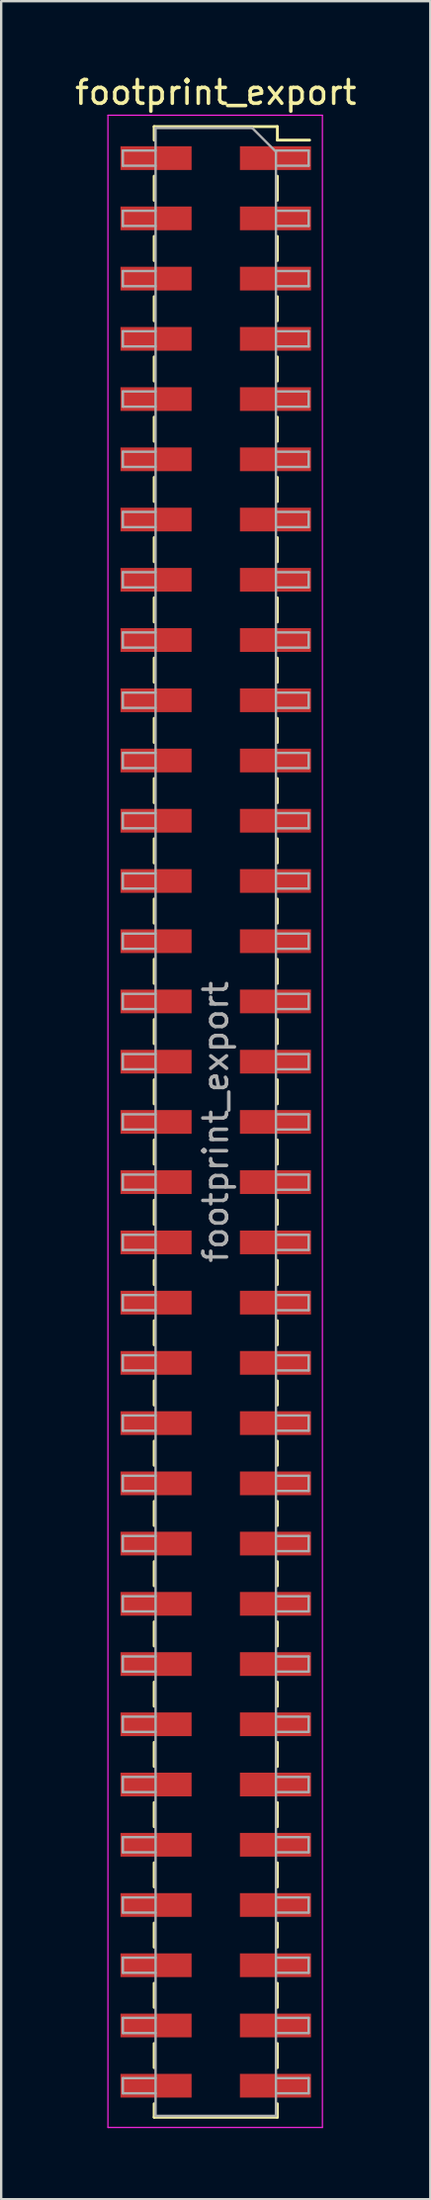
<source format=kicad_pcb>
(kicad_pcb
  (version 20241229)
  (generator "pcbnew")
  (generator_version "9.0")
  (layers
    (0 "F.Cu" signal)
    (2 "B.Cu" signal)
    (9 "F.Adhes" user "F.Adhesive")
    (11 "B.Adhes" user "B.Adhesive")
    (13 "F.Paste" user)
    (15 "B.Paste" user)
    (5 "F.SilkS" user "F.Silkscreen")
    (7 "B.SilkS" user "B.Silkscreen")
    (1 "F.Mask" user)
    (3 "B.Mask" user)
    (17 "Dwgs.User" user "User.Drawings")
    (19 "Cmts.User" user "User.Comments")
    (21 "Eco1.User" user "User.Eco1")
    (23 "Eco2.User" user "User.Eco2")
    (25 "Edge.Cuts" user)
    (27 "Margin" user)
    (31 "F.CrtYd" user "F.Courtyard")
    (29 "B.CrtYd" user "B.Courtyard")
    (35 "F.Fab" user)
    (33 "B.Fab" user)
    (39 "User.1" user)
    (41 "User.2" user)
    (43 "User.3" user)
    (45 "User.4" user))
  (footprint "footprint_export"
    (layer "F.Cu")
    (at 6.054 44.258)
    (property "Reference" "footprint_export" (at 0 -43.41 0) (layer "F.SilkS") (effects (font (size 1 1) (thickness 0.15))))
    (attr smd)
    (fp_line (start -2.6 -41.97) (end -2.6 -41.4) (stroke (width 0.12) (type solid)) (layer "F.SilkS"))
    (fp_line (start -2.6 -41.97) (end 2.6 -41.97) (stroke (width 0.12) (type solid)) (layer "F.SilkS"))
    (fp_line (start -2.6 -39.88) (end -2.6 -38.86) (stroke (width 0.12) (type solid)) (layer "F.SilkS"))
    (fp_line (start -2.6 -37.34) (end -2.6 -36.32) (stroke (width 0.12) (type solid)) (layer "F.SilkS"))
    (fp_line (start -2.6 -34.8) (end -2.6 -33.78) (stroke (width 0.12) (type solid)) (layer "F.SilkS"))
    (fp_line (start -2.6 -32.26) (end -2.6 -31.24) (stroke (width 0.12) (type solid)) (layer "F.SilkS"))
    (fp_line (start -2.6 -29.72) (end -2.6 -28.7) (stroke (width 0.12) (type solid)) (layer "F.SilkS"))
    (fp_line (start -2.6 -27.18) (end -2.6 -26.16) (stroke (width 0.12) (type solid)) (layer "F.SilkS"))
    (fp_line (start -2.6 -24.64) (end -2.6 -23.62) (stroke (width 0.12) (type solid)) (layer "F.SilkS"))
    (fp_line (start -2.6 -22.1) (end -2.6 -21.08) (stroke (width 0.12) (type solid)) (layer "F.SilkS"))
    (fp_line (start -2.6 -19.56) (end -2.6 -18.54) (stroke (width 0.12) (type solid)) (layer "F.SilkS"))
    (fp_line (start -2.6 -17.02) (end -2.6 -16) (stroke (width 0.12) (type solid)) (layer "F.SilkS"))
    (fp_line (start -2.6 -14.48) (end -2.6 -13.46) (stroke (width 0.12) (type solid)) (layer "F.SilkS"))
    (fp_line (start -2.6 -11.94) (end -2.6 -10.92) (stroke (width 0.12) (type solid)) (layer "F.SilkS"))
    (fp_line (start -2.6 -9.4) (end -2.6 -8.38) (stroke (width 0.12) (type solid)) (layer "F.SilkS"))
    (fp_line (start -2.6 -6.86) (end -2.6 -5.84) (stroke (width 0.12) (type solid)) (layer "F.SilkS"))
    (fp_line (start -2.6 -4.32) (end -2.6 -3.3) (stroke (width 0.12) (type solid)) (layer "F.SilkS"))
    (fp_line (start -2.6 -1.78) (end -2.6 -0.76) (stroke (width 0.12) (type solid)) (layer "F.SilkS"))
    (fp_line (start -2.6 0.76) (end -2.6 1.78) (stroke (width 0.12) (type solid)) (layer "F.SilkS"))
    (fp_line (start -2.6 3.3) (end -2.6 4.32) (stroke (width 0.12) (type solid)) (layer "F.SilkS"))
    (fp_line (start -2.6 5.84) (end -2.6 6.86) (stroke (width 0.12) (type solid)) (layer "F.SilkS"))
    (fp_line (start -2.6 8.38) (end -2.6 9.4) (stroke (width 0.12) (type solid)) (layer "F.SilkS"))
    (fp_line (start -2.6 10.92) (end -2.6 11.94) (stroke (width 0.12) (type solid)) (layer "F.SilkS"))
    (fp_line (start -2.6 13.46) (end -2.6 14.48) (stroke (width 0.12) (type solid)) (layer "F.SilkS"))
    (fp_line (start -2.6 16) (end -2.6 17.02) (stroke (width 0.12) (type solid)) (layer "F.SilkS"))
    (fp_line (start -2.6 18.54) (end -2.6 19.56) (stroke (width 0.12) (type solid)) (layer "F.SilkS"))
    (fp_line (start -2.6 21.08) (end -2.6 22.1) (stroke (width 0.12) (type solid)) (layer "F.SilkS"))
    (fp_line (start -2.6 23.62) (end -2.6 24.64) (stroke (width 0.12) (type solid)) (layer "F.SilkS"))
    (fp_line (start -2.6 26.16) (end -2.6 27.18) (stroke (width 0.12) (type solid)) (layer "F.SilkS"))
    (fp_line (start -2.6 28.7) (end -2.6 29.72) (stroke (width 0.12) (type solid)) (layer "F.SilkS"))
    (fp_line (start -2.6 31.24) (end -2.6 32.26) (stroke (width 0.12) (type solid)) (layer "F.SilkS"))
    (fp_line (start -2.6 33.78) (end -2.6 34.8) (stroke (width 0.12) (type solid)) (layer "F.SilkS"))
    (fp_line (start -2.6 36.32) (end -2.6 37.34) (stroke (width 0.12) (type solid)) (layer "F.SilkS"))
    (fp_line (start -2.6 38.86) (end -2.6 39.88) (stroke (width 0.12) (type solid)) (layer "F.SilkS"))
    (fp_line (start -2.6 41.4) (end -2.6 41.97) (stroke (width 0.12) (type solid)) (layer "F.SilkS"))
    (fp_line (start -2.6 41.97) (end 2.6 41.97) (stroke (width 0.12) (type solid)) (layer "F.SilkS"))
    (fp_line (start 2.6 -41.97) (end 2.6 -41.4) (stroke (width 0.12) (type solid)) (layer "F.SilkS"))
    (fp_line (start 2.6 -41.4) (end 3.96 -41.4) (stroke (width 0.12) (type solid)) (layer "F.SilkS"))
    (fp_line (start 2.6 -39.88) (end 2.6 -38.86) (stroke (width 0.12) (type solid)) (layer "F.SilkS"))
    (fp_line (start 2.6 -37.34) (end 2.6 -36.32) (stroke (width 0.12) (type solid)) (layer "F.SilkS"))
    (fp_line (start 2.6 -34.8) (end 2.6 -33.78) (stroke (width 0.12) (type solid)) (layer "F.SilkS"))
    (fp_line (start 2.6 -32.26) (end 2.6 -31.24) (stroke (width 0.12) (type solid)) (layer "F.SilkS"))
    (fp_line (start 2.6 -29.72) (end 2.6 -28.7) (stroke (width 0.12) (type solid)) (layer "F.SilkS"))
    (fp_line (start 2.6 -27.18) (end 2.6 -26.16) (stroke (width 0.12) (type solid)) (layer "F.SilkS"))
    (fp_line (start 2.6 -24.64) (end 2.6 -23.62) (stroke (width 0.12) (type solid)) (layer "F.SilkS"))
    (fp_line (start 2.6 -22.1) (end 2.6 -21.08) (stroke (width 0.12) (type solid)) (layer "F.SilkS"))
    (fp_line (start 2.6 -19.56) (end 2.6 -18.54) (stroke (width 0.12) (type solid)) (layer "F.SilkS"))
    (fp_line (start 2.6 -17.02) (end 2.6 -16) (stroke (width 0.12) (type solid)) (layer "F.SilkS"))
    (fp_line (start 2.6 -14.48) (end 2.6 -13.46) (stroke (width 0.12) (type solid)) (layer "F.SilkS"))
    (fp_line (start 2.6 -11.94) (end 2.6 -10.92) (stroke (width 0.12) (type solid)) (layer "F.SilkS"))
    (fp_line (start 2.6 -9.4) (end 2.6 -8.38) (stroke (width 0.12) (type solid)) (layer "F.SilkS"))
    (fp_line (start 2.6 -6.86) (end 2.6 -5.84) (stroke (width 0.12) (type solid)) (layer "F.SilkS"))
    (fp_line (start 2.6 -4.32) (end 2.6 -3.3) (stroke (width 0.12) (type solid)) (layer "F.SilkS"))
    (fp_line (start 2.6 -1.78) (end 2.6 -0.76) (stroke (width 0.12) (type solid)) (layer "F.SilkS"))
    (fp_line (start 2.6 0.76) (end 2.6 1.78) (stroke (width 0.12) (type solid)) (layer "F.SilkS"))
    (fp_line (start 2.6 3.3) (end 2.6 4.32) (stroke (width 0.12) (type solid)) (layer "F.SilkS"))
    (fp_line (start 2.6 5.84) (end 2.6 6.86) (stroke (width 0.12) (type solid)) (layer "F.SilkS"))
    (fp_line (start 2.6 8.38) (end 2.6 9.4) (stroke (width 0.12) (type solid)) (layer "F.SilkS"))
    (fp_line (start 2.6 10.92) (end 2.6 11.94) (stroke (width 0.12) (type solid)) (layer "F.SilkS"))
    (fp_line (start 2.6 13.46) (end 2.6 14.48) (stroke (width 0.12) (type solid)) (layer "F.SilkS"))
    (fp_line (start 2.6 16) (end 2.6 17.02) (stroke (width 0.12) (type solid)) (layer "F.SilkS"))
    (fp_line (start 2.6 18.54) (end 2.6 19.56) (stroke (width 0.12) (type solid)) (layer "F.SilkS"))
    (fp_line (start 2.6 21.08) (end 2.6 22.1) (stroke (width 0.12) (type solid)) (layer "F.SilkS"))
    (fp_line (start 2.6 23.62) (end 2.6 24.64) (stroke (width 0.12) (type solid)) (layer "F.SilkS"))
    (fp_line (start 2.6 26.16) (end 2.6 27.18) (stroke (width 0.12) (type solid)) (layer "F.SilkS"))
    (fp_line (start 2.6 28.7) (end 2.6 29.72) (stroke (width 0.12) (type solid)) (layer "F.SilkS"))
    (fp_line (start 2.6 31.24) (end 2.6 32.26) (stroke (width 0.12) (type solid)) (layer "F.SilkS"))
    (fp_line (start 2.6 33.78) (end 2.6 34.8) (stroke (width 0.12) (type solid)) (layer "F.SilkS"))
    (fp_line (start 2.6 36.32) (end 2.6 37.34) (stroke (width 0.12) (type solid)) (layer "F.SilkS"))
    (fp_line (start 2.6 38.86) (end 2.6 39.88) (stroke (width 0.12) (type solid)) (layer "F.SilkS"))
    (fp_line (start 2.6 41.4) (end 2.6 41.97) (stroke (width 0.12) (type solid)) (layer "F.SilkS"))
    (fp_line (start -4.55 -42.45) (end 4.5 -42.45) (stroke (width 0.05) (type solid)) (layer "F.CrtYd"))
    (fp_line (start -4.55 42.4) (end -4.55 -42.45) (stroke (width 0.05) (type solid)) (layer "F.CrtYd"))
    (fp_line (start 4.5 -42.45) (end 4.5 42.4) (stroke (width 0.05) (type solid)) (layer "F.CrtYd"))
    (fp_line (start 4.5 42.4) (end -4.55 42.4) (stroke (width 0.05) (type solid)) (layer "F.CrtYd"))
    (fp_line (start -3.92 -40.96) (end -2.54 -40.96) (stroke (width 0.1) (type solid)) (layer "F.Fab"))
    (fp_line (start -3.92 -40.32) (end -3.92 -40.96) (stroke (width 0.1) (type solid)) (layer "F.Fab"))
    (fp_line (start -3.92 -38.42) (end -2.54 -38.42) (stroke (width 0.1) (type solid)) (layer "F.Fab"))
    (fp_line (start -3.92 -37.78) (end -3.92 -38.42) (stroke (width 0.1) (type solid)) (layer "F.Fab"))
    (fp_line (start -3.92 -35.88) (end -2.54 -35.88) (stroke (width 0.1) (type solid)) (layer "F.Fab"))
    (fp_line (start -3.92 -35.24) (end -3.92 -35.88) (stroke (width 0.1) (type solid)) (layer "F.Fab"))
    (fp_line (start -3.92 -33.34) (end -2.54 -33.34) (stroke (width 0.1) (type solid)) (layer "F.Fab"))
    (fp_line (start -3.92 -32.7) (end -3.92 -33.34) (stroke (width 0.1) (type solid)) (layer "F.Fab"))
    (fp_line (start -3.92 -30.8) (end -2.54 -30.8) (stroke (width 0.1) (type solid)) (layer "F.Fab"))
    (fp_line (start -3.92 -30.16) (end -3.92 -30.8) (stroke (width 0.1) (type solid)) (layer "F.Fab"))
    (fp_line (start -3.92 -28.26) (end -2.54 -28.26) (stroke (width 0.1) (type solid)) (layer "F.Fab"))
    (fp_line (start -3.92 -27.62) (end -3.92 -28.26) (stroke (width 0.1) (type solid)) (layer "F.Fab"))
    (fp_line (start -3.92 -25.72) (end -2.54 -25.72) (stroke (width 0.1) (type solid)) (layer "F.Fab"))
    (fp_line (start -3.92 -25.08) (end -3.92 -25.72) (stroke (width 0.1) (type solid)) (layer "F.Fab"))
    (fp_line (start -3.92 -23.18) (end -2.54 -23.18) (stroke (width 0.1) (type solid)) (layer "F.Fab"))
    (fp_line (start -3.92 -22.54) (end -3.92 -23.18) (stroke (width 0.1) (type solid)) (layer "F.Fab"))
    (fp_line (start -3.92 -20.64) (end -2.54 -20.64) (stroke (width 0.1) (type solid)) (layer "F.Fab"))
    (fp_line (start -3.92 -20) (end -3.92 -20.64) (stroke (width 0.1) (type solid)) (layer "F.Fab"))
    (fp_line (start -3.92 -18.1) (end -2.54 -18.1) (stroke (width 0.1) (type solid)) (layer "F.Fab"))
    (fp_line (start -3.92 -17.46) (end -3.92 -18.1) (stroke (width 0.1) (type solid)) (layer "F.Fab"))
    (fp_line (start -3.92 -15.56) (end -2.54 -15.56) (stroke (width 0.1) (type solid)) (layer "F.Fab"))
    (fp_line (start -3.92 -14.92) (end -3.92 -15.56) (stroke (width 0.1) (type solid)) (layer "F.Fab"))
    (fp_line (start -3.92 -13.02) (end -2.54 -13.02) (stroke (width 0.1) (type solid)) (layer "F.Fab"))
    (fp_line (start -3.92 -12.38) (end -3.92 -13.02) (stroke (width 0.1) (type solid)) (layer "F.Fab"))
    (fp_line (start -3.92 -10.48) (end -2.54 -10.48) (stroke (width 0.1) (type solid)) (layer "F.Fab"))
    (fp_line (start -3.92 -9.84) (end -3.92 -10.48) (stroke (width 0.1) (type solid)) (layer "F.Fab"))
    (fp_line (start -3.92 -7.94) (end -2.54 -7.94) (stroke (width 0.1) (type solid)) (layer "F.Fab"))
    (fp_line (start -3.92 -7.3) (end -3.92 -7.94) (stroke (width 0.1) (type solid)) (layer "F.Fab"))
    (fp_line (start -3.92 -5.4) (end -2.54 -5.4) (stroke (width 0.1) (type solid)) (layer "F.Fab"))
    (fp_line (start -3.92 -4.76) (end -3.92 -5.4) (stroke (width 0.1) (type solid)) (layer "F.Fab"))
    (fp_line (start -3.92 -2.86) (end -2.54 -2.86) (stroke (width 0.1) (type solid)) (layer "F.Fab"))
    (fp_line (start -3.92 -2.22) (end -3.92 -2.86) (stroke (width 0.1) (type solid)) (layer "F.Fab"))
    (fp_line (start -3.92 -0.32) (end -2.54 -0.32) (stroke (width 0.1) (type solid)) (layer "F.Fab"))
    (fp_line (start -3.92 0.32) (end -3.92 -0.32) (stroke (width 0.1) (type solid)) (layer "F.Fab"))
    (fp_line (start -3.92 2.22) (end -2.54 2.22) (stroke (width 0.1) (type solid)) (layer "F.Fab"))
    (fp_line (start -3.92 2.86) (end -3.92 2.22) (stroke (width 0.1) (type solid)) (layer "F.Fab"))
    (fp_line (start -3.92 4.76) (end -2.54 4.76) (stroke (width 0.1) (type solid)) (layer "F.Fab"))
    (fp_line (start -3.92 5.4) (end -3.92 4.76) (stroke (width 0.1) (type solid)) (layer "F.Fab"))
    (fp_line (start -3.92 7.3) (end -2.54 7.3) (stroke (width 0.1) (type solid)) (layer "F.Fab"))
    (fp_line (start -3.92 7.94) (end -3.92 7.3) (stroke (width 0.1) (type solid)) (layer "F.Fab"))
    (fp_line (start -3.92 9.84) (end -2.54 9.84) (stroke (width 0.1) (type solid)) (layer "F.Fab"))
    (fp_line (start -3.92 10.48) (end -3.92 9.84) (stroke (width 0.1) (type solid)) (layer "F.Fab"))
    (fp_line (start -3.92 12.38) (end -2.54 12.38) (stroke (width 0.1) (type solid)) (layer "F.Fab"))
    (fp_line (start -3.92 13.02) (end -3.92 12.38) (stroke (width 0.1) (type solid)) (layer "F.Fab"))
    (fp_line (start -3.92 14.92) (end -2.54 14.92) (stroke (width 0.1) (type solid)) (layer "F.Fab"))
    (fp_line (start -3.92 15.56) (end -3.92 14.92) (stroke (width 0.1) (type solid)) (layer "F.Fab"))
    (fp_line (start -3.92 17.46) (end -2.54 17.46) (stroke (width 0.1) (type solid)) (layer "F.Fab"))
    (fp_line (start -3.92 18.1) (end -3.92 17.46) (stroke (width 0.1) (type solid)) (layer "F.Fab"))
    (fp_line (start -3.92 20) (end -2.54 20) (stroke (width 0.1) (type solid)) (layer "F.Fab"))
    (fp_line (start -3.92 20.64) (end -3.92 20) (stroke (width 0.1) (type solid)) (layer "F.Fab"))
    (fp_line (start -3.92 22.54) (end -2.54 22.54) (stroke (width 0.1) (type solid)) (layer "F.Fab"))
    (fp_line (start -3.92 23.18) (end -3.92 22.54) (stroke (width 0.1) (type solid)) (layer "F.Fab"))
    (fp_line (start -3.92 25.08) (end -2.54 25.08) (stroke (width 0.1) (type solid)) (layer "F.Fab"))
    (fp_line (start -3.92 25.72) (end -3.92 25.08) (stroke (width 0.1) (type solid)) (layer "F.Fab"))
    (fp_line (start -3.92 27.62) (end -2.54 27.62) (stroke (width 0.1) (type solid)) (layer "F.Fab"))
    (fp_line (start -3.92 28.26) (end -3.92 27.62) (stroke (width 0.1) (type solid)) (layer "F.Fab"))
    (fp_line (start -3.92 30.16) (end -2.54 30.16) (stroke (width 0.1) (type solid)) (layer "F.Fab"))
    (fp_line (start -3.92 30.8) (end -3.92 30.16) (stroke (width 0.1) (type solid)) (layer "F.Fab"))
    (fp_line (start -3.92 32.7) (end -2.54 32.7) (stroke (width 0.1) (type solid)) (layer "F.Fab"))
    (fp_line (start -3.92 33.34) (end -3.92 32.7) (stroke (width 0.1) (type solid)) (layer "F.Fab"))
    (fp_line (start -3.92 35.24) (end -2.54 35.24) (stroke (width 0.1) (type solid)) (layer "F.Fab"))
    (fp_line (start -3.92 35.88) (end -3.92 35.24) (stroke (width 0.1) (type solid)) (layer "F.Fab"))
    (fp_line (start -3.92 37.78) (end -2.54 37.78) (stroke (width 0.1) (type solid)) (layer "F.Fab"))
    (fp_line (start -3.92 38.42) (end -3.92 37.78) (stroke (width 0.1) (type solid)) (layer "F.Fab"))
    (fp_line (start -3.92 40.32) (end -2.54 40.32) (stroke (width 0.1) (type solid)) (layer "F.Fab"))
    (fp_line (start -3.92 40.96) (end -3.92 40.32) (stroke (width 0.1) (type solid)) (layer "F.Fab"))
    (fp_line (start -2.54 -41.91) (end 1.54 -41.91) (stroke (width 0.1) (type solid)) (layer "F.Fab"))
    (fp_line (start -2.54 -40.32) (end -3.92 -40.32) (stroke (width 0.1) (type solid)) (layer "F.Fab"))
    (fp_line (start -2.54 -37.78) (end -3.92 -37.78) (stroke (width 0.1) (type solid)) (layer "F.Fab"))
    (fp_line (start -2.54 -35.24) (end -3.92 -35.24) (stroke (width 0.1) (type solid)) (layer "F.Fab"))
    (fp_line (start -2.54 -32.7) (end -3.92 -32.7) (stroke (width 0.1) (type solid)) (layer "F.Fab"))
    (fp_line (start -2.54 -30.16) (end -3.92 -30.16) (stroke (width 0.1) (type solid)) (layer "F.Fab"))
    (fp_line (start -2.54 -27.62) (end -3.92 -27.62) (stroke (width 0.1) (type solid)) (layer "F.Fab"))
    (fp_line (start -2.54 -25.08) (end -3.92 -25.08) (stroke (width 0.1) (type solid)) (layer "F.Fab"))
    (fp_line (start -2.54 -22.54) (end -3.92 -22.54) (stroke (width 0.1) (type solid)) (layer "F.Fab"))
    (fp_line (start -2.54 -20) (end -3.92 -20) (stroke (width 0.1) (type solid)) (layer "F.Fab"))
    (fp_line (start -2.54 -17.46) (end -3.92 -17.46) (stroke (width 0.1) (type solid)) (layer "F.Fab"))
    (fp_line (start -2.54 -14.92) (end -3.92 -14.92) (stroke (width 0.1) (type solid)) (layer "F.Fab"))
    (fp_line (start -2.54 -12.38) (end -3.92 -12.38) (stroke (width 0.1) (type solid)) (layer "F.Fab"))
    (fp_line (start -2.54 -9.84) (end -3.92 -9.84) (stroke (width 0.1) (type solid)) (layer "F.Fab"))
    (fp_line (start -2.54 -7.3) (end -3.92 -7.3) (stroke (width 0.1) (type solid)) (layer "F.Fab"))
    (fp_line (start -2.54 -4.76) (end -3.92 -4.76) (stroke (width 0.1) (type solid)) (layer "F.Fab"))
    (fp_line (start -2.54 -2.22) (end -3.92 -2.22) (stroke (width 0.1) (type solid)) (layer "F.Fab"))
    (fp_line (start -2.54 0.32) (end -3.92 0.32) (stroke (width 0.1) (type solid)) (layer "F.Fab"))
    (fp_line (start -2.54 2.86) (end -3.92 2.86) (stroke (width 0.1) (type solid)) (layer "F.Fab"))
    (fp_line (start -2.54 5.4) (end -3.92 5.4) (stroke (width 0.1) (type solid)) (layer "F.Fab"))
    (fp_line (start -2.54 7.94) (end -3.92 7.94) (stroke (width 0.1) (type solid)) (layer "F.Fab"))
    (fp_line (start -2.54 10.48) (end -3.92 10.48) (stroke (width 0.1) (type solid)) (layer "F.Fab"))
    (fp_line (start -2.54 13.02) (end -3.92 13.02) (stroke (width 0.1) (type solid)) (layer "F.Fab"))
    (fp_line (start -2.54 15.56) (end -3.92 15.56) (stroke (width 0.1) (type solid)) (layer "F.Fab"))
    (fp_line (start -2.54 18.1) (end -3.92 18.1) (stroke (width 0.1) (type solid)) (layer "F.Fab"))
    (fp_line (start -2.54 20.64) (end -3.92 20.64) (stroke (width 0.1) (type solid)) (layer "F.Fab"))
    (fp_line (start -2.54 23.18) (end -3.92 23.18) (stroke (width 0.1) (type solid)) (layer "F.Fab"))
    (fp_line (start -2.54 25.72) (end -3.92 25.72) (stroke (width 0.1) (type solid)) (layer "F.Fab"))
    (fp_line (start -2.54 28.26) (end -3.92 28.26) (stroke (width 0.1) (type solid)) (layer "F.Fab"))
    (fp_line (start -2.54 30.8) (end -3.92 30.8) (stroke (width 0.1) (type solid)) (layer "F.Fab"))
    (fp_line (start -2.54 33.34) (end -3.92 33.34) (stroke (width 0.1) (type solid)) (layer "F.Fab"))
    (fp_line (start -2.54 35.88) (end -3.92 35.88) (stroke (width 0.1) (type solid)) (layer "F.Fab"))
    (fp_line (start -2.54 38.42) (end -3.92 38.42) (stroke (width 0.1) (type solid)) (layer "F.Fab"))
    (fp_line (start -2.54 40.96) (end -3.92 40.96) (stroke (width 0.1) (type solid)) (layer "F.Fab"))
    (fp_line (start -2.54 41.91) (end -2.54 -41.91) (stroke (width 0.1) (type solid)) (layer "F.Fab"))
    (fp_line (start 1.54 -41.91) (end 2.54 -40.91) (stroke (width 0.1) (type solid)) (layer "F.Fab"))
    (fp_line (start 2.54 -40.96) (end 3.92 -40.96) (stroke (width 0.1) (type solid)) (layer "F.Fab"))
    (fp_line (start 2.54 -40.91) (end 2.54 41.91) (stroke (width 0.1) (type solid)) (layer "F.Fab"))
    (fp_line (start 2.54 -38.42) (end 3.92 -38.42) (stroke (width 0.1) (type solid)) (layer "F.Fab"))
    (fp_line (start 2.54 -35.88) (end 3.92 -35.88) (stroke (width 0.1) (type solid)) (layer "F.Fab"))
    (fp_line (start 2.54 -33.34) (end 3.92 -33.34) (stroke (width 0.1) (type solid)) (layer "F.Fab"))
    (fp_line (start 2.54 -30.8) (end 3.92 -30.8) (stroke (width 0.1) (type solid)) (layer "F.Fab"))
    (fp_line (start 2.54 -28.26) (end 3.92 -28.26) (stroke (width 0.1) (type solid)) (layer "F.Fab"))
    (fp_line (start 2.54 -25.72) (end 3.92 -25.72) (stroke (width 0.1) (type solid)) (layer "F.Fab"))
    (fp_line (start 2.54 -23.18) (end 3.92 -23.18) (stroke (width 0.1) (type solid)) (layer "F.Fab"))
    (fp_line (start 2.54 -20.64) (end 3.92 -20.64) (stroke (width 0.1) (type solid)) (layer "F.Fab"))
    (fp_line (start 2.54 -18.1) (end 3.92 -18.1) (stroke (width 0.1) (type solid)) (layer "F.Fab"))
    (fp_line (start 2.54 -15.56) (end 3.92 -15.56) (stroke (width 0.1) (type solid)) (layer "F.Fab"))
    (fp_line (start 2.54 -13.02) (end 3.92 -13.02) (stroke (width 0.1) (type solid)) (layer "F.Fab"))
    (fp_line (start 2.54 -10.48) (end 3.92 -10.48) (stroke (width 0.1) (type solid)) (layer "F.Fab"))
    (fp_line (start 2.54 -7.94) (end 3.92 -7.94) (stroke (width 0.1) (type solid)) (layer "F.Fab"))
    (fp_line (start 2.54 -5.4) (end 3.92 -5.4) (stroke (width 0.1) (type solid)) (layer "F.Fab"))
    (fp_line (start 2.54 -2.86) (end 3.92 -2.86) (stroke (width 0.1) (type solid)) (layer "F.Fab"))
    (fp_line (start 2.54 -0.32) (end 3.92 -0.32) (stroke (width 0.1) (type solid)) (layer "F.Fab"))
    (fp_line (start 2.54 2.22) (end 3.92 2.22) (stroke (width 0.1) (type solid)) (layer "F.Fab"))
    (fp_line (start 2.54 4.76) (end 3.92 4.76) (stroke (width 0.1) (type solid)) (layer "F.Fab"))
    (fp_line (start 2.54 7.3) (end 3.92 7.3) (stroke (width 0.1) (type solid)) (layer "F.Fab"))
    (fp_line (start 2.54 9.84) (end 3.92 9.84) (stroke (width 0.1) (type solid)) (layer "F.Fab"))
    (fp_line (start 2.54 12.38) (end 3.92 12.38) (stroke (width 0.1) (type solid)) (layer "F.Fab"))
    (fp_line (start 2.54 14.92) (end 3.92 14.92) (stroke (width 0.1) (type solid)) (layer "F.Fab"))
    (fp_line (start 2.54 17.46) (end 3.92 17.46) (stroke (width 0.1) (type solid)) (layer "F.Fab"))
    (fp_line (start 2.54 20) (end 3.92 20) (stroke (width 0.1) (type solid)) (layer "F.Fab"))
    (fp_line (start 2.54 22.54) (end 3.92 22.54) (stroke (width 0.1) (type solid)) (layer "F.Fab"))
    (fp_line (start 2.54 25.08) (end 3.92 25.08) (stroke (width 0.1) (type solid)) (layer "F.Fab"))
    (fp_line (start 2.54 27.62) (end 3.92 27.62) (stroke (width 0.1) (type solid)) (layer "F.Fab"))
    (fp_line (start 2.54 30.16) (end 3.92 30.16) (stroke (width 0.1) (type solid)) (layer "F.Fab"))
    (fp_line (start 2.54 32.7) (end 3.92 32.7) (stroke (width 0.1) (type solid)) (layer "F.Fab"))
    (fp_line (start 2.54 35.24) (end 3.92 35.24) (stroke (width 0.1) (type solid)) (layer "F.Fab"))
    (fp_line (start 2.54 37.78) (end 3.92 37.78) (stroke (width 0.1) (type solid)) (layer "F.Fab"))
    (fp_line (start 2.54 40.32) (end 3.92 40.32) (stroke (width 0.1) (type solid)) (layer "F.Fab"))
    (fp_line (start 2.54 41.91) (end -2.54 41.91) (stroke (width 0.1) (type solid)) (layer "F.Fab"))
    (fp_line (start 3.92 -40.96) (end 3.92 -40.32) (stroke (width 0.1) (type solid)) (layer "F.Fab"))
    (fp_line (start 3.92 -40.32) (end 2.54 -40.32) (stroke (width 0.1) (type solid)) (layer "F.Fab"))
    (fp_line (start 3.92 -38.42) (end 3.92 -37.78) (stroke (width 0.1) (type solid)) (layer "F.Fab"))
    (fp_line (start 3.92 -37.78) (end 2.54 -37.78) (stroke (width 0.1) (type solid)) (layer "F.Fab"))
    (fp_line (start 3.92 -35.88) (end 3.92 -35.24) (stroke (width 0.1) (type solid)) (layer "F.Fab"))
    (fp_line (start 3.92 -35.24) (end 2.54 -35.24) (stroke (width 0.1) (type solid)) (layer "F.Fab"))
    (fp_line (start 3.92 -33.34) (end 3.92 -32.7) (stroke (width 0.1) (type solid)) (layer "F.Fab"))
    (fp_line (start 3.92 -32.7) (end 2.54 -32.7) (stroke (width 0.1) (type solid)) (layer "F.Fab"))
    (fp_line (start 3.92 -30.8) (end 3.92 -30.16) (stroke (width 0.1) (type solid)) (layer "F.Fab"))
    (fp_line (start 3.92 -30.16) (end 2.54 -30.16) (stroke (width 0.1) (type solid)) (layer "F.Fab"))
    (fp_line (start 3.92 -28.26) (end 3.92 -27.62) (stroke (width 0.1) (type solid)) (layer "F.Fab"))
    (fp_line (start 3.92 -27.62) (end 2.54 -27.62) (stroke (width 0.1) (type solid)) (layer "F.Fab"))
    (fp_line (start 3.92 -25.72) (end 3.92 -25.08) (stroke (width 0.1) (type solid)) (layer "F.Fab"))
    (fp_line (start 3.92 -25.08) (end 2.54 -25.08) (stroke (width 0.1) (type solid)) (layer "F.Fab"))
    (fp_line (start 3.92 -23.18) (end 3.92 -22.54) (stroke (width 0.1) (type solid)) (layer "F.Fab"))
    (fp_line (start 3.92 -22.54) (end 2.54 -22.54) (stroke (width 0.1) (type solid)) (layer "F.Fab"))
    (fp_line (start 3.92 -20.64) (end 3.92 -20) (stroke (width 0.1) (type solid)) (layer "F.Fab"))
    (fp_line (start 3.92 -20) (end 2.54 -20) (stroke (width 0.1) (type solid)) (layer "F.Fab"))
    (fp_line (start 3.92 -18.1) (end 3.92 -17.46) (stroke (width 0.1) (type solid)) (layer "F.Fab"))
    (fp_line (start 3.92 -17.46) (end 2.54 -17.46) (stroke (width 0.1) (type solid)) (layer "F.Fab"))
    (fp_line (start 3.92 -15.56) (end 3.92 -14.92) (stroke (width 0.1) (type solid)) (layer "F.Fab"))
    (fp_line (start 3.92 -14.92) (end 2.54 -14.92) (stroke (width 0.1) (type solid)) (layer "F.Fab"))
    (fp_line (start 3.92 -13.02) (end 3.92 -12.38) (stroke (width 0.1) (type solid)) (layer "F.Fab"))
    (fp_line (start 3.92 -12.38) (end 2.54 -12.38) (stroke (width 0.1) (type solid)) (layer "F.Fab"))
    (fp_line (start 3.92 -10.48) (end 3.92 -9.84) (stroke (width 0.1) (type solid)) (layer "F.Fab"))
    (fp_line (start 3.92 -9.84) (end 2.54 -9.84) (stroke (width 0.1) (type solid)) (layer "F.Fab"))
    (fp_line (start 3.92 -7.94) (end 3.92 -7.3) (stroke (width 0.1) (type solid)) (layer "F.Fab"))
    (fp_line (start 3.92 -7.3) (end 2.54 -7.3) (stroke (width 0.1) (type solid)) (layer "F.Fab"))
    (fp_line (start 3.92 -5.4) (end 3.92 -4.76) (stroke (width 0.1) (type solid)) (layer "F.Fab"))
    (fp_line (start 3.92 -4.76) (end 2.54 -4.76) (stroke (width 0.1) (type solid)) (layer "F.Fab"))
    (fp_line (start 3.92 -2.86) (end 3.92 -2.22) (stroke (width 0.1) (type solid)) (layer "F.Fab"))
    (fp_line (start 3.92 -2.22) (end 2.54 -2.22) (stroke (width 0.1) (type solid)) (layer "F.Fab"))
    (fp_line (start 3.92 -0.32) (end 3.92 0.32) (stroke (width 0.1) (type solid)) (layer "F.Fab"))
    (fp_line (start 3.92 0.32) (end 2.54 0.32) (stroke (width 0.1) (type solid)) (layer "F.Fab"))
    (fp_line (start 3.92 2.22) (end 3.92 2.86) (stroke (width 0.1) (type solid)) (layer "F.Fab"))
    (fp_line (start 3.92 2.86) (end 2.54 2.86) (stroke (width 0.1) (type solid)) (layer "F.Fab"))
    (fp_line (start 3.92 4.76) (end 3.92 5.4) (stroke (width 0.1) (type solid)) (layer "F.Fab"))
    (fp_line (start 3.92 5.4) (end 2.54 5.4) (stroke (width 0.1) (type solid)) (layer "F.Fab"))
    (fp_line (start 3.92 7.3) (end 3.92 7.94) (stroke (width 0.1) (type solid)) (layer "F.Fab"))
    (fp_line (start 3.92 7.94) (end 2.54 7.94) (stroke (width 0.1) (type solid)) (layer "F.Fab"))
    (fp_line (start 3.92 9.84) (end 3.92 10.48) (stroke (width 0.1) (type solid)) (layer "F.Fab"))
    (fp_line (start 3.92 10.48) (end 2.54 10.48) (stroke (width 0.1) (type solid)) (layer "F.Fab"))
    (fp_line (start 3.92 12.38) (end 3.92 13.02) (stroke (width 0.1) (type solid)) (layer "F.Fab"))
    (fp_line (start 3.92 13.02) (end 2.54 13.02) (stroke (width 0.1) (type solid)) (layer "F.Fab"))
    (fp_line (start 3.92 14.92) (end 3.92 15.56) (stroke (width 0.1) (type solid)) (layer "F.Fab"))
    (fp_line (start 3.92 15.56) (end 2.54 15.56) (stroke (width 0.1) (type solid)) (layer "F.Fab"))
    (fp_line (start 3.92 17.46) (end 3.92 18.1) (stroke (width 0.1) (type solid)) (layer "F.Fab"))
    (fp_line (start 3.92 18.1) (end 2.54 18.1) (stroke (width 0.1) (type solid)) (layer "F.Fab"))
    (fp_line (start 3.92 20) (end 3.92 20.64) (stroke (width 0.1) (type solid)) (layer "F.Fab"))
    (fp_line (start 3.92 20.64) (end 2.54 20.64) (stroke (width 0.1) (type solid)) (layer "F.Fab"))
    (fp_line (start 3.92 22.54) (end 3.92 23.18) (stroke (width 0.1) (type solid)) (layer "F.Fab"))
    (fp_line (start 3.92 23.18) (end 2.54 23.18) (stroke (width 0.1) (type solid)) (layer "F.Fab"))
    (fp_line (start 3.92 25.08) (end 3.92 25.72) (stroke (width 0.1) (type solid)) (layer "F.Fab"))
    (fp_line (start 3.92 25.72) (end 2.54 25.72) (stroke (width 0.1) (type solid)) (layer "F.Fab"))
    (fp_line (start 3.92 27.62) (end 3.92 28.26) (stroke (width 0.1) (type solid)) (layer "F.Fab"))
    (fp_line (start 3.92 28.26) (end 2.54 28.26) (stroke (width 0.1) (type solid)) (layer "F.Fab"))
    (fp_line (start 3.92 30.16) (end 3.92 30.8) (stroke (width 0.1) (type solid)) (layer "F.Fab"))
    (fp_line (start 3.92 30.8) (end 2.54 30.8) (stroke (width 0.1) (type solid)) (layer "F.Fab"))
    (fp_line (start 3.92 32.7) (end 3.92 33.34) (stroke (width 0.1) (type solid)) (layer "F.Fab"))
    (fp_line (start 3.92 33.34) (end 2.54 33.34) (stroke (width 0.1) (type solid)) (layer "F.Fab"))
    (fp_line (start 3.92 35.24) (end 3.92 35.88) (stroke (width 0.1) (type solid)) (layer "F.Fab"))
    (fp_line (start 3.92 35.88) (end 2.54 35.88) (stroke (width 0.1) (type solid)) (layer "F.Fab"))
    (fp_line (start 3.92 37.78) (end 3.92 38.42) (stroke (width 0.1) (type solid)) (layer "F.Fab"))
    (fp_line (start 3.92 38.42) (end 2.54 38.42) (stroke (width 0.1) (type solid)) (layer "F.Fab"))
    (fp_line (start 3.92 40.32) (end 3.92 40.96) (stroke (width 0.1) (type solid)) (layer "F.Fab"))
    (fp_line (start 3.92 40.96) (end 2.54 40.96) (stroke (width 0.1) (type solid)) (layer "F.Fab"))
    (fp_text user "${REFERENCE}" (at 0 0 90) (layer "F.Fab") (effects (font (size 1 1) (thickness 0.15))))
    (pad "1" smd rect (at 2.52 -40.64) (size 3 1) (layers "F.Cu" "F.Mask" "F.Paste"))
    (pad "2" smd rect (at -2.52 -40.64) (size 3 1) (layers "F.Cu" "F.Mask" "F.Paste"))
    (pad "3" smd rect (at 2.52 -38.1) (size 3 1) (layers "F.Cu" "F.Mask" "F.Paste"))
    (pad "4" smd rect (at -2.52 -38.1) (size 3 1) (layers "F.Cu" "F.Mask" "F.Paste"))
    (pad "5" smd rect (at 2.52 -35.56) (size 3 1) (layers "F.Cu" "F.Mask" "F.Paste"))
    (pad "6" smd rect (at -2.52 -35.56) (size 3 1) (layers "F.Cu" "F.Mask" "F.Paste"))
    (pad "7" smd rect (at 2.52 -33.02) (size 3 1) (layers "F.Cu" "F.Mask" "F.Paste"))
    (pad "8" smd rect (at -2.52 -33.02) (size 3 1) (layers "F.Cu" "F.Mask" "F.Paste"))
    (pad "9" smd rect (at 2.52 -30.48) (size 3 1) (layers "F.Cu" "F.Mask" "F.Paste"))
    (pad "10" smd rect (at -2.52 -30.48) (size 3 1) (layers "F.Cu" "F.Mask" "F.Paste"))
    (pad "11" smd rect (at 2.52 -27.94) (size 3 1) (layers "F.Cu" "F.Mask" "F.Paste"))
    (pad "12" smd rect (at -2.52 -27.94) (size 3 1) (layers "F.Cu" "F.Mask" "F.Paste"))
    (pad "13" smd rect (at 2.52 -25.4) (size 3 1) (layers "F.Cu" "F.Mask" "F.Paste"))
    (pad "14" smd rect (at -2.52 -25.4) (size 3 1) (layers "F.Cu" "F.Mask" "F.Paste"))
    (pad "15" smd rect (at 2.52 -22.86) (size 3 1) (layers "F.Cu" "F.Mask" "F.Paste"))
    (pad "16" smd rect (at -2.52 -22.86) (size 3 1) (layers "F.Cu" "F.Mask" "F.Paste"))
    (pad "17" smd rect (at 2.52 -20.32) (size 3 1) (layers "F.Cu" "F.Mask" "F.Paste"))
    (pad "18" smd rect (at -2.52 -20.32) (size 3 1) (layers "F.Cu" "F.Mask" "F.Paste"))
    (pad "19" smd rect (at 2.52 -17.78) (size 3 1) (layers "F.Cu" "F.Mask" "F.Paste"))
    (pad "20" smd rect (at -2.52 -17.78) (size 3 1) (layers "F.Cu" "F.Mask" "F.Paste"))
    (pad "21" smd rect (at 2.52 -15.24) (size 3 1) (layers "F.Cu" "F.Mask" "F.Paste"))
    (pad "22" smd rect (at -2.52 -15.24) (size 3 1) (layers "F.Cu" "F.Mask" "F.Paste"))
    (pad "23" smd rect (at 2.52 -12.7) (size 3 1) (layers "F.Cu" "F.Mask" "F.Paste"))
    (pad "24" smd rect (at -2.52 -12.7) (size 3 1) (layers "F.Cu" "F.Mask" "F.Paste"))
    (pad "25" smd rect (at 2.52 -10.16) (size 3 1) (layers "F.Cu" "F.Mask" "F.Paste"))
    (pad "26" smd rect (at -2.52 -10.16) (size 3 1) (layers "F.Cu" "F.Mask" "F.Paste"))
    (pad "27" smd rect (at 2.52 -7.62) (size 3 1) (layers "F.Cu" "F.Mask" "F.Paste"))
    (pad "28" smd rect (at -2.52 -7.62) (size 3 1) (layers "F.Cu" "F.Mask" "F.Paste"))
    (pad "29" smd rect (at 2.52 -5.08) (size 3 1) (layers "F.Cu" "F.Mask" "F.Paste"))
    (pad "30" smd rect (at -2.52 -5.08) (size 3 1) (layers "F.Cu" "F.Mask" "F.Paste"))
    (pad "31" smd rect (at 2.52 -2.54) (size 3 1) (layers "F.Cu" "F.Mask" "F.Paste"))
    (pad "32" smd rect (at -2.52 -2.54) (size 3 1) (layers "F.Cu" "F.Mask" "F.Paste"))
    (pad "33" smd rect (at 2.52 0) (size 3 1) (layers "F.Cu" "F.Mask" "F.Paste"))
    (pad "34" smd rect (at -2.52 0) (size 3 1) (layers "F.Cu" "F.Mask" "F.Paste"))
    (pad "35" smd rect (at 2.52 2.54) (size 3 1) (layers "F.Cu" "F.Mask" "F.Paste"))
    (pad "36" smd rect (at -2.52 2.54) (size 3 1) (layers "F.Cu" "F.Mask" "F.Paste"))
    (pad "37" smd rect (at 2.52 5.08) (size 3 1) (layers "F.Cu" "F.Mask" "F.Paste"))
    (pad "38" smd rect (at -2.52 5.08) (size 3 1) (layers "F.Cu" "F.Mask" "F.Paste"))
    (pad "39" smd rect (at 2.52 7.62) (size 3 1) (layers "F.Cu" "F.Mask" "F.Paste"))
    (pad "40" smd rect (at -2.52 7.62) (size 3 1) (layers "F.Cu" "F.Mask" "F.Paste"))
    (pad "41" smd rect (at 2.52 10.16) (size 3 1) (layers "F.Cu" "F.Mask" "F.Paste"))
    (pad "42" smd rect (at -2.52 10.16) (size 3 1) (layers "F.Cu" "F.Mask" "F.Paste"))
    (pad "43" smd rect (at 2.52 12.7) (size 3 1) (layers "F.Cu" "F.Mask" "F.Paste"))
    (pad "44" smd rect (at -2.52 12.7) (size 3 1) (layers "F.Cu" "F.Mask" "F.Paste"))
    (pad "45" smd rect (at 2.52 15.24) (size 3 1) (layers "F.Cu" "F.Mask" "F.Paste"))
    (pad "46" smd rect (at -2.52 15.24) (size 3 1) (layers "F.Cu" "F.Mask" "F.Paste"))
    (pad "47" smd rect (at 2.52 17.78) (size 3 1) (layers "F.Cu" "F.Mask" "F.Paste"))
    (pad "48" smd rect (at -2.52 17.78) (size 3 1) (layers "F.Cu" "F.Mask" "F.Paste"))
    (pad "49" smd rect (at 2.52 20.32) (size 3 1) (layers "F.Cu" "F.Mask" "F.Paste"))
    (pad "50" smd rect (at -2.52 20.32) (size 3 1) (layers "F.Cu" "F.Mask" "F.Paste"))
    (pad "51" smd rect (at 2.52 22.86) (size 3 1) (layers "F.Cu" "F.Mask" "F.Paste"))
    (pad "52" smd rect (at -2.52 22.86) (size 3 1) (layers "F.Cu" "F.Mask" "F.Paste"))
    (pad "53" smd rect (at 2.52 25.4) (size 3 1) (layers "F.Cu" "F.Mask" "F.Paste"))
    (pad "54" smd rect (at -2.52 25.4) (size 3 1) (layers "F.Cu" "F.Mask" "F.Paste"))
    (pad "55" smd rect (at 2.52 27.94) (size 3 1) (layers "F.Cu" "F.Mask" "F.Paste"))
    (pad "56" smd rect (at -2.52 27.94) (size 3 1) (layers "F.Cu" "F.Mask" "F.Paste"))
    (pad "57" smd rect (at 2.52 30.48) (size 3 1) (layers "F.Cu" "F.Mask" "F.Paste"))
    (pad "58" smd rect (at -2.52 30.48) (size 3 1) (layers "F.Cu" "F.Mask" "F.Paste"))
    (pad "59" smd rect (at 2.52 33.02) (size 3 1) (layers "F.Cu" "F.Mask" "F.Paste"))
    (pad "60" smd rect (at -2.52 33.02) (size 3 1) (layers "F.Cu" "F.Mask" "F.Paste"))
    (pad "61" smd rect (at 2.52 35.56) (size 3 1) (layers "F.Cu" "F.Mask" "F.Paste"))
    (pad "62" smd rect (at -2.52 35.56) (size 3 1) (layers "F.Cu" "F.Mask" "F.Paste"))
    (pad "63" smd rect (at 2.52 38.1) (size 3 1) (layers "F.Cu" "F.Mask" "F.Paste"))
    (pad "64" smd rect (at -2.52 38.1) (size 3 1) (layers "F.Cu" "F.Mask" "F.Paste"))
    (pad "65" smd rect (at 2.52 40.64) (size 3 1) (layers "F.Cu" "F.Mask" "F.Paste"))
    (pad "66" smd rect (at -2.52 40.64) (size 3 1) (layers "F.Cu" "F.Mask" "F.Paste")))
  (gr_rect
    (start -3 -3)
    (end 15.107 89.683)
    (stroke (width 0.1) (type default))
    (fill no)
    (layer "Edge.Cuts")))
</source>
